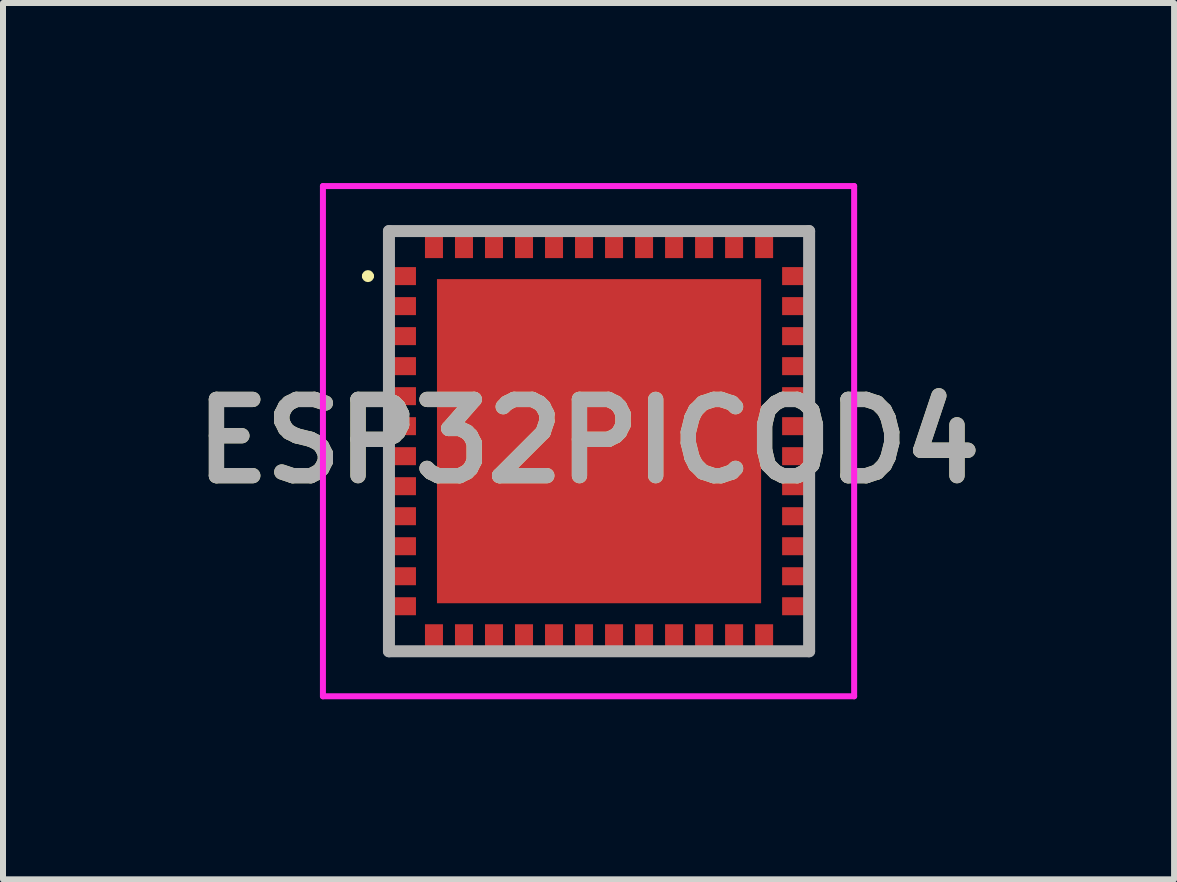
<source format=kicad_pcb>
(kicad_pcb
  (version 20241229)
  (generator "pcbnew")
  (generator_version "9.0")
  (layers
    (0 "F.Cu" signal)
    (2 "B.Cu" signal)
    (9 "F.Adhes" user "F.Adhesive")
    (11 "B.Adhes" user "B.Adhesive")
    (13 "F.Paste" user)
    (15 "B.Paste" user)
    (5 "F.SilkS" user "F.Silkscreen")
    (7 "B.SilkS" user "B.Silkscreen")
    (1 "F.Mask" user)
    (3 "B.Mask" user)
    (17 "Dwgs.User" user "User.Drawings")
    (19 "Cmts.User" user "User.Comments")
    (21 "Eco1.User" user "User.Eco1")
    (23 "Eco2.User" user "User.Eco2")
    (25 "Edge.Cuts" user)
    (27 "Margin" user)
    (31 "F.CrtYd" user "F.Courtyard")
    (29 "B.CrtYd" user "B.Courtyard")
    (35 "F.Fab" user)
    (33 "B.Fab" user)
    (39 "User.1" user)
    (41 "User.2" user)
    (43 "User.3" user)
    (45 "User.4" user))
  (footprint "ESP32PICOD4"
    (layer "F.Cu")
    (at 6.93 4.3)
    (property "Reference" "ESP32PICOD4" (at -0.175 0 0) (layer "F.SilkS") (effects (font (size 1.27 1.27) (thickness 0.254))))
    (attr smd)
    (fp_line (start -3.9 -2.75) (end -3.9 -2.75) (stroke (width 0.1) (type solid)) (layer "F.SilkS"))
    (fp_line (start -3.8 -2.75) (end -3.8 -2.75) (stroke (width 0.1) (type solid)) (layer "F.SilkS"))
    (fp_line (start -3.5 -3.5) (end -3 -3.5) (stroke (width 0.1) (type solid)) (layer "F.SilkS"))
    (fp_line (start -3.5 -3) (end -3.5 -3.5) (stroke (width 0.1) (type solid)) (layer "F.SilkS"))
    (fp_line (start -3.5 3) (end -3.5 3.5) (stroke (width 0.1) (type solid)) (layer "F.SilkS"))
    (fp_line (start -3.5 3.5) (end -3 3.5) (stroke (width 0.1) (type solid)) (layer "F.SilkS"))
    (fp_line (start 3 3.5) (end 3.5 3.5) (stroke (width 0.1) (type solid)) (layer "F.SilkS"))
    (fp_line (start 3.5 -3.5) (end 3 -3.5) (stroke (width 0.1) (type solid)) (layer "F.SilkS"))
    (fp_line (start 3.5 -3) (end 3.5 -3.5) (stroke (width 0.1) (type solid)) (layer "F.SilkS"))
    (fp_line (start 3.5 3.5) (end 3.5 3) (stroke (width 0.1) (type solid)) (layer "F.SilkS"))
    (fp_arc (start -3.9 -2.75) (mid -3.85 -2.8) (end -3.8 -2.75) (stroke (width 0.1) (type solid)) (layer "F.SilkS"))
    (fp_arc (start -3.8 -2.75) (mid -3.85 -2.7) (end -3.9 -2.75) (stroke (width 0.1) (type solid)) (layer "F.SilkS"))
    (fp_line (start -4.6 -4.25) (end 4.25 -4.25) (stroke (width 0.1) (type solid)) (layer "F.CrtYd"))
    (fp_line (start -4.6 4.25) (end -4.6 -4.25) (stroke (width 0.1) (type solid)) (layer "F.CrtYd"))
    (fp_line (start 4.25 -4.25) (end 4.25 4.25) (stroke (width 0.1) (type solid)) (layer "F.CrtYd"))
    (fp_line (start 4.25 4.25) (end -4.6 4.25) (stroke (width 0.1) (type solid)) (layer "F.CrtYd"))
    (fp_line (start -3.5 -3.5) (end 3.5 -3.5) (stroke (width 0.2) (type solid)) (layer "F.Fab"))
    (fp_line (start -3.5 3.5) (end -3.5 -3.5) (stroke (width 0.2) (type solid)) (layer "F.Fab"))
    (fp_line (start 3.5 -3.5) (end 3.5 3.5) (stroke (width 0.2) (type solid)) (layer "F.Fab"))
    (fp_line (start 3.5 3.5) (end -3.5 3.5) (stroke (width 0.2) (type solid)) (layer "F.Fab"))
    (fp_text user "${REFERENCE}" (at -0.175 0 0) (layer "F.Fab") (effects (font (size 1.27 1.27) (thickness 0.254))))
    (pad "1" smd rect (at -3.3 -2.75 90) (size 0.3 0.5) (layers "F.Cu" "F.Mask" "F.Paste"))
    (pad "2" smd rect (at -3.3 -2.25 90) (size 0.3 0.5) (layers "F.Cu" "F.Mask" "F.Paste"))
    (pad "3" smd rect (at -3.3 -1.75 90) (size 0.3 0.5) (layers "F.Cu" "F.Mask" "F.Paste"))
    (pad "4" smd rect (at -3.3 -1.25 90) (size 0.3 0.5) (layers "F.Cu" "F.Mask" "F.Paste"))
    (pad "5" smd rect (at -3.3 -0.75 90) (size 0.3 0.5) (layers "F.Cu" "F.Mask" "F.Paste"))
    (pad "6" smd rect (at -3.3 -0.25 90) (size 0.3 0.5) (layers "F.Cu" "F.Mask" "F.Paste"))
    (pad "7" smd rect (at -3.3 0.25 90) (size 0.3 0.5) (layers "F.Cu" "F.Mask" "F.Paste"))
    (pad "8" smd rect (at -3.3 0.75 90) (size 0.3 0.5) (layers "F.Cu" "F.Mask" "F.Paste"))
    (pad "9" smd rect (at -3.3 1.25 90) (size 0.3 0.5) (layers "F.Cu" "F.Mask" "F.Paste"))
    (pad "10" smd rect (at -3.3 1.75 90) (size 0.3 0.5) (layers "F.Cu" "F.Mask" "F.Paste"))
    (pad "11" smd rect (at -3.3 2.25 90) (size 0.3 0.5) (layers "F.Cu" "F.Mask" "F.Paste"))
    (pad "12" smd rect (at -3.3 2.75 90) (size 0.3 0.5) (layers "F.Cu" "F.Mask" "F.Paste"))
    (pad "13" smd rect (at -2.75 3.3) (size 0.3 0.5) (layers "F.Cu" "F.Mask" "F.Paste"))
    (pad "14" smd rect (at -2.25 3.3) (size 0.3 0.5) (layers "F.Cu" "F.Mask" "F.Paste"))
    (pad "15" smd rect (at -1.75 3.3) (size 0.3 0.5) (layers "F.Cu" "F.Mask" "F.Paste"))
    (pad "16" smd rect (at -1.25 3.3) (size 0.3 0.5) (layers "F.Cu" "F.Mask" "F.Paste"))
    (pad "17" smd rect (at -0.75 3.3) (size 0.3 0.5) (layers "F.Cu" "F.Mask" "F.Paste"))
    (pad "18" smd rect (at -0.25 3.3) (size 0.3 0.5) (layers "F.Cu" "F.Mask" "F.Paste"))
    (pad "19" smd rect (at 0.25 3.3) (size 0.3 0.5) (layers "F.Cu" "F.Mask" "F.Paste"))
    (pad "20" smd rect (at 0.75 3.3) (size 0.3 0.5) (layers "F.Cu" "F.Mask" "F.Paste"))
    (pad "21" smd rect (at 1.25 3.3) (size 0.3 0.5) (layers "F.Cu" "F.Mask" "F.Paste"))
    (pad "22" smd rect (at 1.75 3.3) (size 0.3 0.5) (layers "F.Cu" "F.Mask" "F.Paste"))
    (pad "23" smd rect (at 2.25 3.3) (size 0.3 0.5) (layers "F.Cu" "F.Mask" "F.Paste"))
    (pad "24" smd rect (at 2.75 3.3) (size 0.3 0.5) (layers "F.Cu" "F.Mask" "F.Paste"))
    (pad "25" smd rect (at 3.3 2.75 90) (size 0.3 0.5) (layers "F.Cu" "F.Mask" "F.Paste"))
    (pad "26" smd rect (at 3.3 2.25 90) (size 0.3 0.5) (layers "F.Cu" "F.Mask" "F.Paste"))
    (pad "27" smd rect (at 3.3 1.75 90) (size 0.3 0.5) (layers "F.Cu" "F.Mask" "F.Paste"))
    (pad "28" smd rect (at 3.3 1.25 90) (size 0.3 0.5) (layers "F.Cu" "F.Mask" "F.Paste"))
    (pad "29" smd rect (at 3.3 0.75 90) (size 0.3 0.5) (layers "F.Cu" "F.Mask" "F.Paste"))
    (pad "30" smd rect (at 3.3 0.25 90) (size 0.3 0.5) (layers "F.Cu" "F.Mask" "F.Paste"))
    (pad "31" smd rect (at 3.3 -0.25 90) (size 0.3 0.5) (layers "F.Cu" "F.Mask" "F.Paste"))
    (pad "32" smd rect (at 3.3 -0.75 90) (size 0.3 0.5) (layers "F.Cu" "F.Mask" "F.Paste"))
    (pad "33" smd rect (at 3.3 -1.25 90) (size 0.3 0.5) (layers "F.Cu" "F.Mask" "F.Paste"))
    (pad "34" smd rect (at 3.3 -1.75 90) (size 0.3 0.5) (layers "F.Cu" "F.Mask" "F.Paste"))
    (pad "35" smd rect (at 3.3 -2.25 90) (size 0.3 0.5) (layers "F.Cu" "F.Mask" "F.Paste"))
    (pad "36" smd rect (at 3.3 -2.75 90) (size 0.3 0.5) (layers "F.Cu" "F.Mask" "F.Paste"))
    (pad "37" smd rect (at 2.75 -3.3) (size 0.3 0.5) (layers "F.Cu" "F.Mask" "F.Paste"))
    (pad "38" smd rect (at 2.25 -3.3) (size 0.3 0.5) (layers "F.Cu" "F.Mask" "F.Paste"))
    (pad "39" smd rect (at 1.75 -3.3) (size 0.3 0.5) (layers "F.Cu" "F.Mask" "F.Paste"))
    (pad "40" smd rect (at 1.25 -3.3) (size 0.3 0.5) (layers "F.Cu" "F.Mask" "F.Paste"))
    (pad "41" smd rect (at 0.75 -3.3) (size 0.3 0.5) (layers "F.Cu" "F.Mask" "F.Paste"))
    (pad "42" smd rect (at 0.25 -3.3) (size 0.3 0.5) (layers "F.Cu" "F.Mask" "F.Paste"))
    (pad "43" smd rect (at -0.25 -3.3) (size 0.3 0.5) (layers "F.Cu" "F.Mask" "F.Paste"))
    (pad "44" smd rect (at -0.75 -3.3) (size 0.3 0.5) (layers "F.Cu" "F.Mask" "F.Paste"))
    (pad "45" smd rect (at -1.25 -3.3) (size 0.3 0.5) (layers "F.Cu" "F.Mask" "F.Paste"))
    (pad "46" smd rect (at -1.75 -3.3) (size 0.3 0.5) (layers "F.Cu" "F.Mask" "F.Paste"))
    (pad "47" smd rect (at -2.25 -3.3) (size 0.3 0.5) (layers "F.Cu" "F.Mask" "F.Paste"))
    (pad "48" smd rect (at -2.75 -3.3) (size 0.3 0.5) (layers "F.Cu" "F.Mask" "F.Paste"))
    (pad "49" smd rect (at 0 0) (size 5.4 5.4) (layers "F.Cu" "F.Mask" "F.Paste")))
  (gr_rect
    (start -3 -3)
    (end 16.51 11.6)
    (stroke (width 0.1) (type default))
    (fill no)
    (layer "Edge.Cuts")))
</source>
